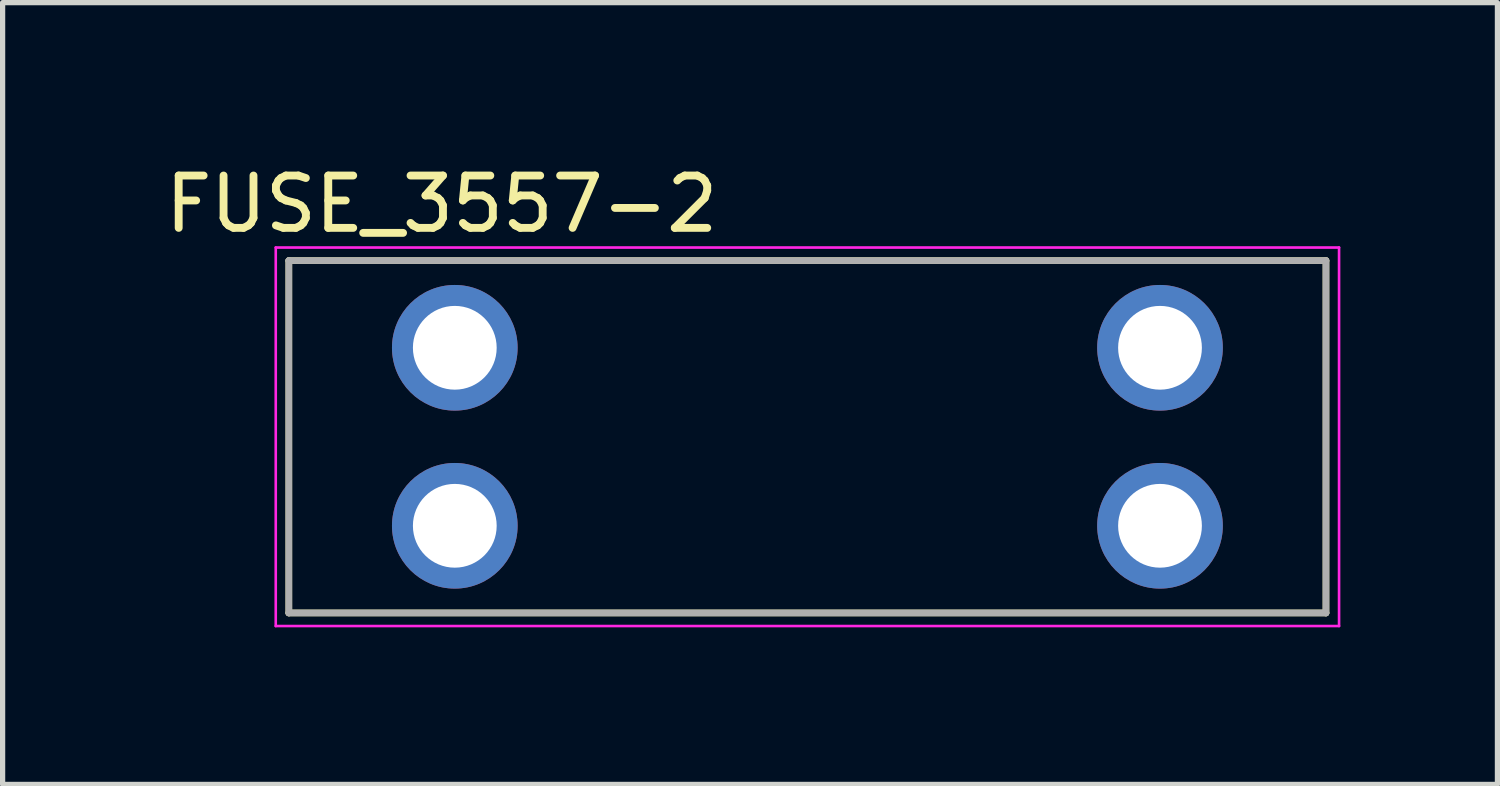
<source format=kicad_pcb>
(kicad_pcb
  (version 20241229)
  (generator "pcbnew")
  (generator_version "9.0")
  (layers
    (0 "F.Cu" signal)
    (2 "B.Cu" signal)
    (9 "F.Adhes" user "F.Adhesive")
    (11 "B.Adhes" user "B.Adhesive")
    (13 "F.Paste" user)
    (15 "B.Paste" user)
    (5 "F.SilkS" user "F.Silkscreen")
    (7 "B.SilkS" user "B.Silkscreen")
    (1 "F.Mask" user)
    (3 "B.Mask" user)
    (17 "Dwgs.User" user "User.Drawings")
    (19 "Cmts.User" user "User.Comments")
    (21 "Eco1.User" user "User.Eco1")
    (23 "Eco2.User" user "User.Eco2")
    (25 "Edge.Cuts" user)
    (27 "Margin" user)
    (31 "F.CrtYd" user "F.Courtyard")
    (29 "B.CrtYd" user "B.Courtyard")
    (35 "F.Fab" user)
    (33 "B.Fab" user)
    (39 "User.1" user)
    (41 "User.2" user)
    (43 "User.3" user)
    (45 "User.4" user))
  (footprint "FUSE_3557-2"
    (layer "F.Cu")
    (at 12.372 5.293)
    (property "Reference" "FUSE_3557-2" (at -6.985 -4.445 0) (layer "F.SilkS") (effects (font (size 1 1) (thickness 0.15))))
    (attr through_hole)
    (fp_line (start -9.905 -3.365) (end -9.905 3.365) (stroke (width 0.127) (type solid)) (layer "F.SilkS"))
    (fp_line (start -9.905 3.365) (end 9.905 3.365) (stroke (width 0.127) (type solid)) (layer "F.SilkS"))
    (fp_line (start 9.905 -3.365) (end -9.905 -3.365) (stroke (width 0.127) (type solid)) (layer "F.SilkS"))
    (fp_line (start 9.905 3.365) (end 9.905 -3.365) (stroke (width 0.127) (type solid)) (layer "F.SilkS"))
    (fp_line (start -10.155 -3.615) (end 10.155 -3.615) (stroke (width 0.05) (type solid)) (layer "F.CrtYd"))
    (fp_line (start -10.155 3.615) (end -10.155 -3.615) (stroke (width 0.05) (type solid)) (layer "F.CrtYd"))
    (fp_line (start 10.155 -3.615) (end 10.155 3.615) (stroke (width 0.05) (type solid)) (layer "F.CrtYd"))
    (fp_line (start 10.155 3.615) (end -10.155 3.615) (stroke (width 0.05) (type solid)) (layer "F.CrtYd"))
    (fp_line (start -9.905 -3.365) (end -9.905 3.365) (stroke (width 0.127) (type solid)) (layer "F.Fab"))
    (fp_line (start -9.905 3.365) (end 9.905 3.365) (stroke (width 0.127) (type solid)) (layer "F.Fab"))
    (fp_line (start 9.905 -3.365) (end -9.905 -3.365) (stroke (width 0.127) (type solid)) (layer "F.Fab"))
    (fp_line (start 9.905 3.365) (end 9.905 -3.365) (stroke (width 0.127) (type solid)) (layer "F.Fab"))
    (pad "1" thru_hole circle (at -6.735 -1.7) (size 2.4 2.4) (drill 1.6) (layers "*.Cu" "*.Mask"))
    (pad "1" thru_hole circle (at -6.735 1.7) (size 2.4 2.4) (drill 1.6) (layers "*.Cu" "*.Mask"))
    (pad "2" thru_hole circle (at 6.735 -1.7) (size 2.4 2.4) (drill 1.6) (layers "*.Cu" "*.Mask"))
    (pad "2" thru_hole circle (at 6.735 1.7) (size 2.4 2.4) (drill 1.6) (layers "*.Cu" "*.Mask")))
  (gr_rect
    (start -3 -3)
    (end 25.552 11.933)
    (stroke (width 0.1) (type default))
    (fill no)
    (layer "Edge.Cuts")))
</source>
